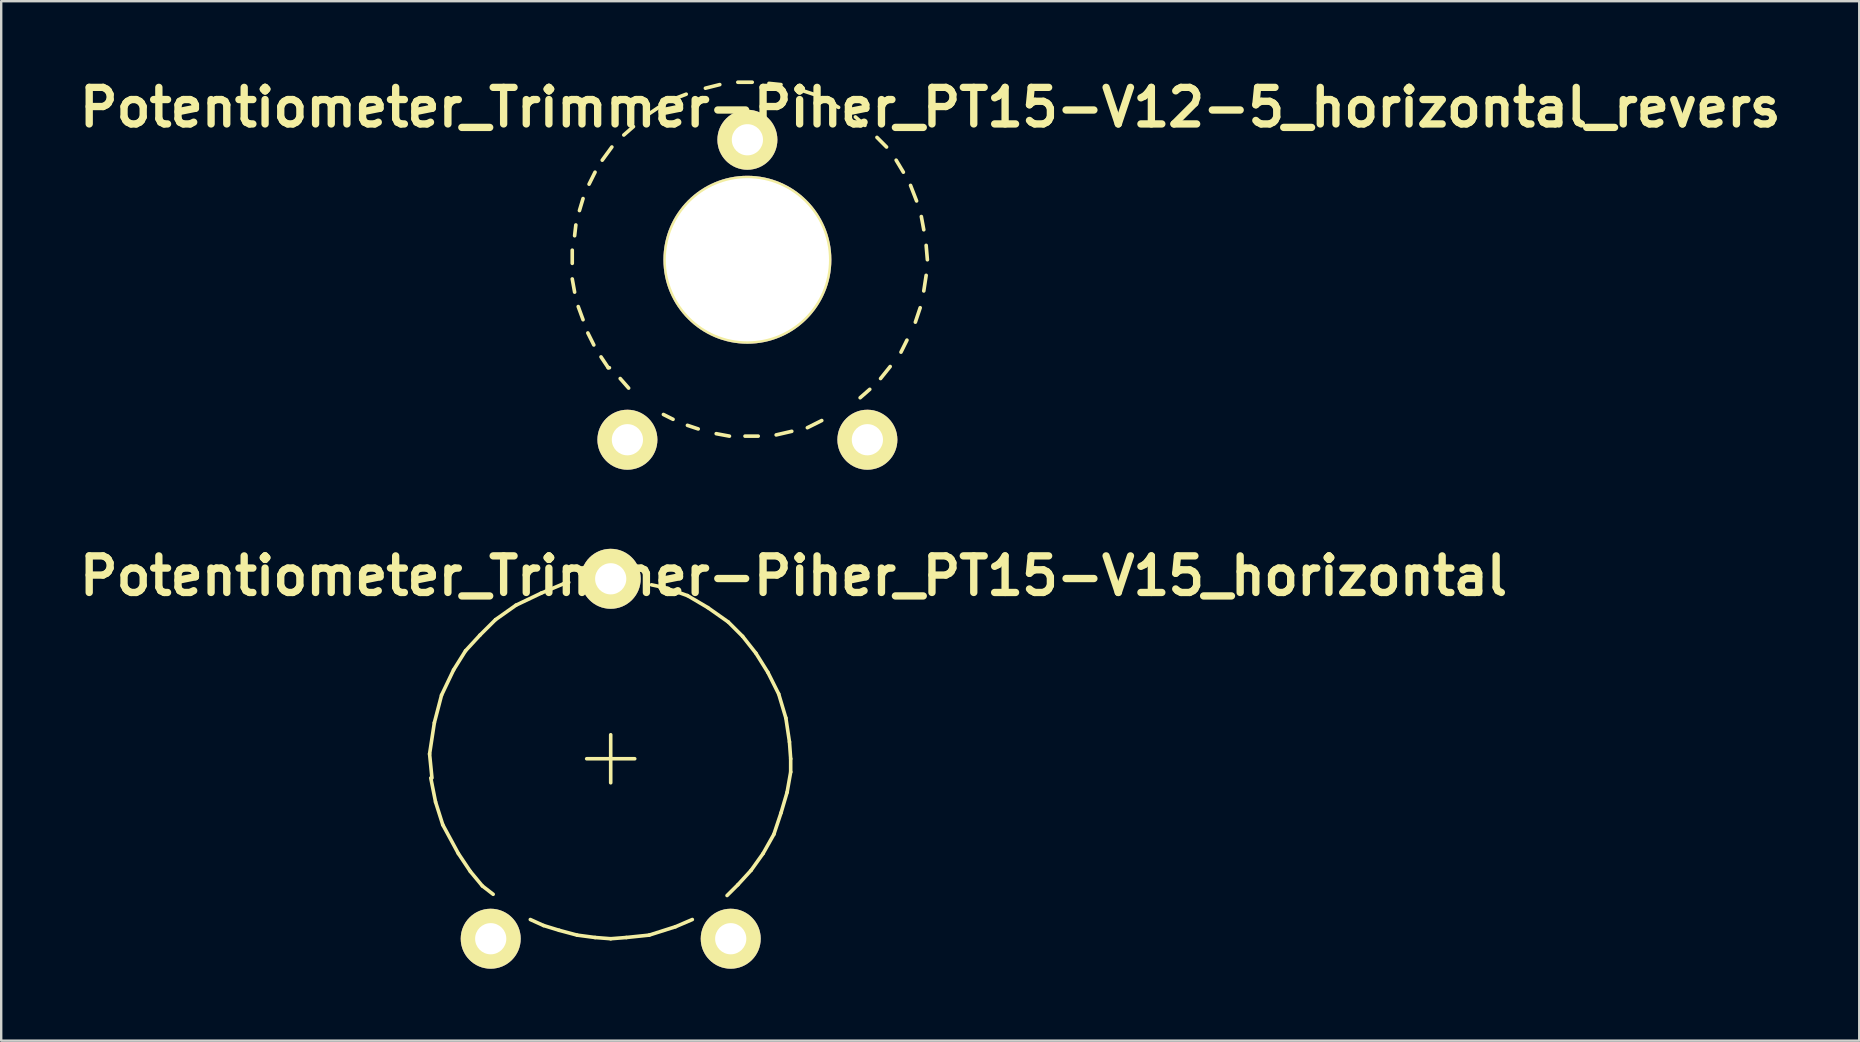
<source format=kicad_pcb>
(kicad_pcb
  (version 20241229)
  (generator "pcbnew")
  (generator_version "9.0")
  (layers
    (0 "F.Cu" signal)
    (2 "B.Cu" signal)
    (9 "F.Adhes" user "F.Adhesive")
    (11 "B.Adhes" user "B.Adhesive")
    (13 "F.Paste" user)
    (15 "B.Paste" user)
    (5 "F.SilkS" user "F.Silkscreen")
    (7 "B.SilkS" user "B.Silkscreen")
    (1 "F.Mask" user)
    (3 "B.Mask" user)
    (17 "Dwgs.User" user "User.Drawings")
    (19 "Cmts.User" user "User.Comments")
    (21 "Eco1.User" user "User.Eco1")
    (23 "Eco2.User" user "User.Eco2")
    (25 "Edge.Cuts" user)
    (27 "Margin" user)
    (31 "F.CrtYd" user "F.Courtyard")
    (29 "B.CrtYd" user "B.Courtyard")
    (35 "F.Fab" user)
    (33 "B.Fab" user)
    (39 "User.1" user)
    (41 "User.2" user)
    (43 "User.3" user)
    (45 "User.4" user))
  (footprint "Potentiometer_Trimmer-Piher_PT15-V12-5_horizontal_revers"
    (layer "F.Cu")
    (at 28.1 7.776)
    (property "Reference" "Potentiometer_Trimmer-Piher_PT15-V12-5_horizontal_revers" (at 7.62 -6.35 0) (layer "F.SilkS") (effects (font (size 1.524 1.524) (thickness 0.305))))
    (attr through_hole)
    (fp_line (start -7.3 -0.399) (end -7.3 0.15) (stroke (width 0.151) (type solid)) (layer "F.SilkS"))
    (fp_line (start -7.3 0.8) (end -7.201 1.349) (stroke (width 0.151) (type solid)) (layer "F.SilkS"))
    (fp_line (start -7.15 -1.45) (end -7.201 -1.001) (stroke (width 0.151) (type solid)) (layer "F.SilkS"))
    (fp_line (start -7.051 1.951) (end -6.85 2.499) (stroke (width 0.151) (type solid)) (layer "F.SilkS"))
    (fp_line (start -6.85 -2.55) (end -7 -2.05) (stroke (width 0.151) (type solid)) (layer "F.SilkS"))
    (fp_line (start -6.65 3.051) (end -6.401 3.551) (stroke (width 0.151) (type solid)) (layer "F.SilkS"))
    (fp_line (start -6.35 -3.65) (end -6.599 -3.15) (stroke (width 0.151) (type solid)) (layer "F.SilkS"))
    (fp_line (start -6.101 4.049) (end -5.799 4.501) (stroke (width 0.151) (type solid)) (layer "F.SilkS"))
    (fp_line (start -5.799 4.501) (end -5.751 4.501) (stroke (width 0.151) (type solid)) (layer "F.SilkS"))
    (fp_line (start -5.649 -4.699) (end -6.05 -4.15) (stroke (width 0.151) (type solid)) (layer "F.SilkS"))
    (fp_line (start -5.301 4.95) (end -4.95 5.349) (stroke (width 0.151) (type solid)) (layer "F.SilkS"))
    (fp_line (start -4.75 -5.55) (end -5.151 -5.199) (stroke (width 0.151) (type solid)) (layer "F.SilkS"))
    (fp_line (start -3.701 -6.35) (end -4.15 -6.05) (stroke (width 0.151) (type solid)) (layer "F.SilkS"))
    (fp_line (start -3.5 6.449) (end -3.099 6.65) (stroke (width 0.151) (type solid)) (layer "F.SilkS"))
    (fp_line (start -3.2 -6.65) (end -3.15 -6.65) (stroke (width 0.151) (type solid)) (layer "F.SilkS"))
    (fp_line (start -2.55 -6.901) (end -3.2 -6.65) (stroke (width 0.151) (type solid)) (layer "F.SilkS"))
    (fp_line (start -2.499 6.901) (end -2.05 7.051) (stroke (width 0.151) (type solid)) (layer "F.SilkS"))
    (fp_line (start -1.3 7.249) (end -0.749 7.351) (stroke (width 0.151) (type solid)) (layer "F.SilkS"))
    (fp_line (start -1.151 -7.3) (end -1.75 -7.15) (stroke (width 0.151) (type solid)) (layer "F.SilkS"))
    (fp_line (start -0.099 7.351) (end 0.45 7.351) (stroke (width 0.151) (type solid)) (layer "F.SilkS"))
    (fp_line (start 0.201 -7.399) (end -0.399 -7.399) (stroke (width 0.151) (type solid)) (layer "F.SilkS"))
    (fp_line (start 1.199 7.3) (end 1.849 7.15) (stroke (width 0.151) (type solid)) (layer "F.SilkS"))
    (fp_line (start 1.4 -7.3) (end 0.899 -7.351) (stroke (width 0.151) (type solid)) (layer "F.SilkS"))
    (fp_line (start 2.499 7) (end 3.099 6.701) (stroke (width 0.151) (type solid)) (layer "F.SilkS"))
    (fp_line (start 2.751 -6.901) (end 2.149 -7.099) (stroke (width 0.151) (type solid)) (layer "F.SilkS"))
    (fp_line (start 3.8 -6.35) (end 3.35 -6.599) (stroke (width 0.151) (type solid)) (layer "F.SilkS"))
    (fp_line (start 4.699 5.751) (end 5.1 5.4) (stroke (width 0.151) (type solid)) (layer "F.SilkS"))
    (fp_line (start 4.9 -5.601) (end 4.501 -5.951) (stroke (width 0.151) (type solid)) (layer "F.SilkS"))
    (fp_line (start 5.55 4.95) (end 5.951 4.45) (stroke (width 0.151) (type solid)) (layer "F.SilkS"))
    (fp_line (start 5.799 -4.699) (end 5.4 -5.1) (stroke (width 0.151) (type solid)) (layer "F.SilkS"))
    (fp_line (start 6.401 3.851) (end 6.65 3.35) (stroke (width 0.151) (type solid)) (layer "F.SilkS"))
    (fp_line (start 6.5 -3.65) (end 6.2 -4.15) (stroke (width 0.151) (type solid)) (layer "F.SilkS"))
    (fp_line (start 7 2.601) (end 7.201 1.999) (stroke (width 0.151) (type solid)) (layer "F.SilkS"))
    (fp_line (start 7.051 -2.451) (end 6.8 -3.099) (stroke (width 0.151) (type solid)) (layer "F.SilkS"))
    (fp_line (start 7.351 -1.25) (end 7.249 -1.801) (stroke (width 0.151) (type solid)) (layer "F.SilkS"))
    (fp_line (start 7.351 1.3) (end 7.45 0.65) (stroke (width 0.151) (type solid)) (layer "F.SilkS"))
    (fp_line (start 7.501 0) (end 7.45 -0.599) (stroke (width 0.151) (type solid)) (layer "F.SilkS"))
    (pad "" np_thru_hole circle (at 0 0) (size 7 7) (drill 6.8) (layers "*.Cu" "*.Mask" "F.SilkS"))
    (pad "1" thru_hole circle (at 5.001 7.501) (size 2.499 2.499) (drill 1.3) (layers "*.Cu" "*.Mask" "F.SilkS"))
    (pad "2" thru_hole circle (at 0 -5.001) (size 2.499 2.499) (drill 1.3) (layers "*.Cu" "*.Mask" "F.SilkS"))
    (pad "3" thru_hole circle (at -5.001 7.501) (size 2.499 2.499) (drill 1.3) (layers "*.Cu" "*.Mask" "F.SilkS")))
  (footprint "Potentiometer_Trimmer-Piher_PT15-V15_horizontal"
    (layer "F.Cu")
    (at 17.402 36.074)
    (property "Reference" "Potentiometer_Trimmer-Piher_PT15-V15_horizontal" (at 12.621 -15.121 0) (layer "F.SilkS") (effects (font (size 1.524 1.524) (thickness 0.305))))
    (attr through_hole)
    (fp_line (start -2.548 -7.701) (end -2.449 -6.701) (stroke (width 0.15) (type solid)) (layer "F.SilkS"))
    (fp_line (start -2.499 -6.701) (end -2.299 -5.7) (stroke (width 0.15) (type solid)) (layer "F.SilkS"))
    (fp_line (start -2.349 -9.002) (end -2.548 -7.701) (stroke (width 0.15) (type solid)) (layer "F.SilkS"))
    (fp_line (start -2.299 -5.7) (end -1.999 -4.75) (stroke (width 0.15) (type solid)) (layer "F.SilkS"))
    (fp_line (start -2.05 -10.15) (end -2.349 -9.002) (stroke (width 0.15) (type solid)) (layer "F.SilkS"))
    (fp_line (start -1.999 -4.75) (end -1.349 -3.551) (stroke (width 0.15) (type solid)) (layer "F.SilkS"))
    (fp_line (start -1.549 -11.201) (end -2.05 -10.15) (stroke (width 0.15) (type solid)) (layer "F.SilkS"))
    (fp_line (start -1.349 -3.551) (end -0.848 -2.802) (stroke (width 0.15) (type solid)) (layer "F.SilkS"))
    (fp_line (start -1.049 -12.002) (end -1.549 -11.201) (stroke (width 0.15) (type solid)) (layer "F.SilkS"))
    (fp_line (start -0.848 -2.802) (end -0.348 -2.2) (stroke (width 0.15) (type solid)) (layer "F.SilkS"))
    (fp_line (start -0.45 -12.652) (end -1.049 -12.002) (stroke (width 0.15) (type solid)) (layer "F.SilkS"))
    (fp_line (start -0.348 -2.2) (end 0.102 -1.852) (stroke (width 0.15) (type solid)) (layer "F.SilkS"))
    (fp_line (start 0.201 -13.299) (end -0.45 -12.652) (stroke (width 0.15) (type solid)) (layer "F.SilkS"))
    (fp_line (start 1.052 -13.901) (end 0.201 -13.299) (stroke (width 0.15) (type solid)) (layer "F.SilkS"))
    (fp_line (start 1.651 -0.8) (end 2.202 -0.551) (stroke (width 0.15) (type solid)) (layer "F.SilkS"))
    (fp_line (start 2.101 -14.402) (end 1.052 -13.901) (stroke (width 0.15) (type solid)) (layer "F.SilkS"))
    (fp_line (start 2.202 -0.551) (end 2.852 -0.351) (stroke (width 0.15) (type solid)) (layer "F.SilkS"))
    (fp_line (start 2.852 -0.351) (end 3.602 -0.15) (stroke (width 0.15) (type solid)) (layer "F.SilkS"))
    (fp_line (start 3.051 -14.801) (end 2.101 -14.402) (stroke (width 0.15) (type solid)) (layer "F.SilkS"))
    (fp_line (start 3.051 -14.801) (end 3.251 -14.851) (stroke (width 0.15) (type solid)) (layer "F.SilkS"))
    (fp_line (start 3.602 -0.15) (end 4.351 -0.051) (stroke (width 0.15) (type solid)) (layer "F.SilkS"))
    (fp_line (start 4 -7.501) (end 6.002 -7.501) (stroke (width 0.15) (type solid)) (layer "F.SilkS"))
    (fp_line (start 4.351 -0.051) (end 5.001 0) (stroke (width 0.15) (type solid)) (layer "F.SilkS"))
    (fp_line (start 5.001 -8.501) (end 5.001 -6.5) (stroke (width 0.15) (type solid)) (layer "F.SilkS"))
    (fp_line (start 5.001 0) (end 5.652 -0.051) (stroke (width 0.15) (type solid)) (layer "F.SilkS"))
    (fp_line (start 5.652 -0.051) (end 6.601 -0.15) (stroke (width 0.15) (type solid)) (layer "F.SilkS"))
    (fp_line (start 6.601 -0.15) (end 7.701 -0.5) (stroke (width 0.15) (type solid)) (layer "F.SilkS"))
    (fp_line (start 7.402 -14.6) (end 6.701 -14.75) (stroke (width 0.15) (type solid)) (layer "F.SilkS"))
    (fp_line (start 7.701 -0.5) (end 8.402 -0.8) (stroke (width 0.15) (type solid)) (layer "F.SilkS"))
    (fp_line (start 8.202 -14.3) (end 7.351 -14.6) (stroke (width 0.15) (type solid)) (layer "F.SilkS"))
    (fp_line (start 9.05 -13.8) (end 8.202 -14.3) (stroke (width 0.15) (type solid)) (layer "F.SilkS"))
    (fp_line (start 9.85 -1.801) (end 10.302 -2.25) (stroke (width 0.15) (type solid)) (layer "F.SilkS"))
    (fp_line (start 9.901 -13.2) (end 9.05 -13.8) (stroke (width 0.15) (type solid)) (layer "F.SilkS"))
    (fp_line (start 10.302 -2.25) (end 10.851 -2.85) (stroke (width 0.15) (type solid)) (layer "F.SilkS"))
    (fp_line (start 10.5 -12.601) (end 9.901 -13.2) (stroke (width 0.15) (type solid)) (layer "F.SilkS"))
    (fp_line (start 10.851 -2.85) (end 11.351 -3.551) (stroke (width 0.15) (type solid)) (layer "F.SilkS"))
    (fp_line (start 11.052 -11.9) (end 10.5 -12.601) (stroke (width 0.15) (type solid)) (layer "F.SilkS"))
    (fp_line (start 11.351 -3.551) (end 11.801 -4.351) (stroke (width 0.15) (type solid)) (layer "F.SilkS"))
    (fp_line (start 11.552 -11.1) (end 11.052 -11.9) (stroke (width 0.15) (type solid)) (layer "F.SilkS"))
    (fp_line (start 11.801 -4.351) (end 12.101 -5.25) (stroke (width 0.15) (type solid)) (layer "F.SilkS"))
    (fp_line (start 12.002 -10.201) (end 11.552 -11.1) (stroke (width 0.15) (type solid)) (layer "F.SilkS"))
    (fp_line (start 12.101 -5.25) (end 12.352 -6.101) (stroke (width 0.15) (type solid)) (layer "F.SilkS"))
    (fp_line (start 12.301 -9.2) (end 12.002 -10.201) (stroke (width 0.15) (type solid)) (layer "F.SilkS"))
    (fp_line (start 12.352 -6.101) (end 12.502 -6.949) (stroke (width 0.15) (type solid)) (layer "F.SilkS"))
    (fp_line (start 12.451 -8.202) (end 12.301 -9.2) (stroke (width 0.15) (type solid)) (layer "F.SilkS"))
    (fp_line (start 12.502 -7.501) (end 12.451 -8.202) (stroke (width 0.15) (type solid)) (layer "F.SilkS"))
    (fp_line (start 12.502 -6.949) (end 12.502 -7.501) (stroke (width 0.15) (type solid)) (layer "F.SilkS"))
    (pad "1" thru_hole circle (at 0 0) (size 2.499 2.499) (drill 1.3) (layers "*.Cu" "*.Mask" "F.SilkS"))
    (pad "2" thru_hole circle (at 5.001 -15.001) (size 2.499 2.499) (drill 1.3) (layers "*.Cu" "*.Mask" "F.SilkS"))
    (pad "3" thru_hole circle (at 10.003 0) (size 2.499 2.499) (drill 1.3) (layers "*.Cu" "*.Mask" "F.SilkS")))
  (gr_rect
    (start -3 -3)
    (end 74.439 40.324)
    (stroke (width 0.1) (type default))
    (fill no)
    (layer "Edge.Cuts")))
</source>
